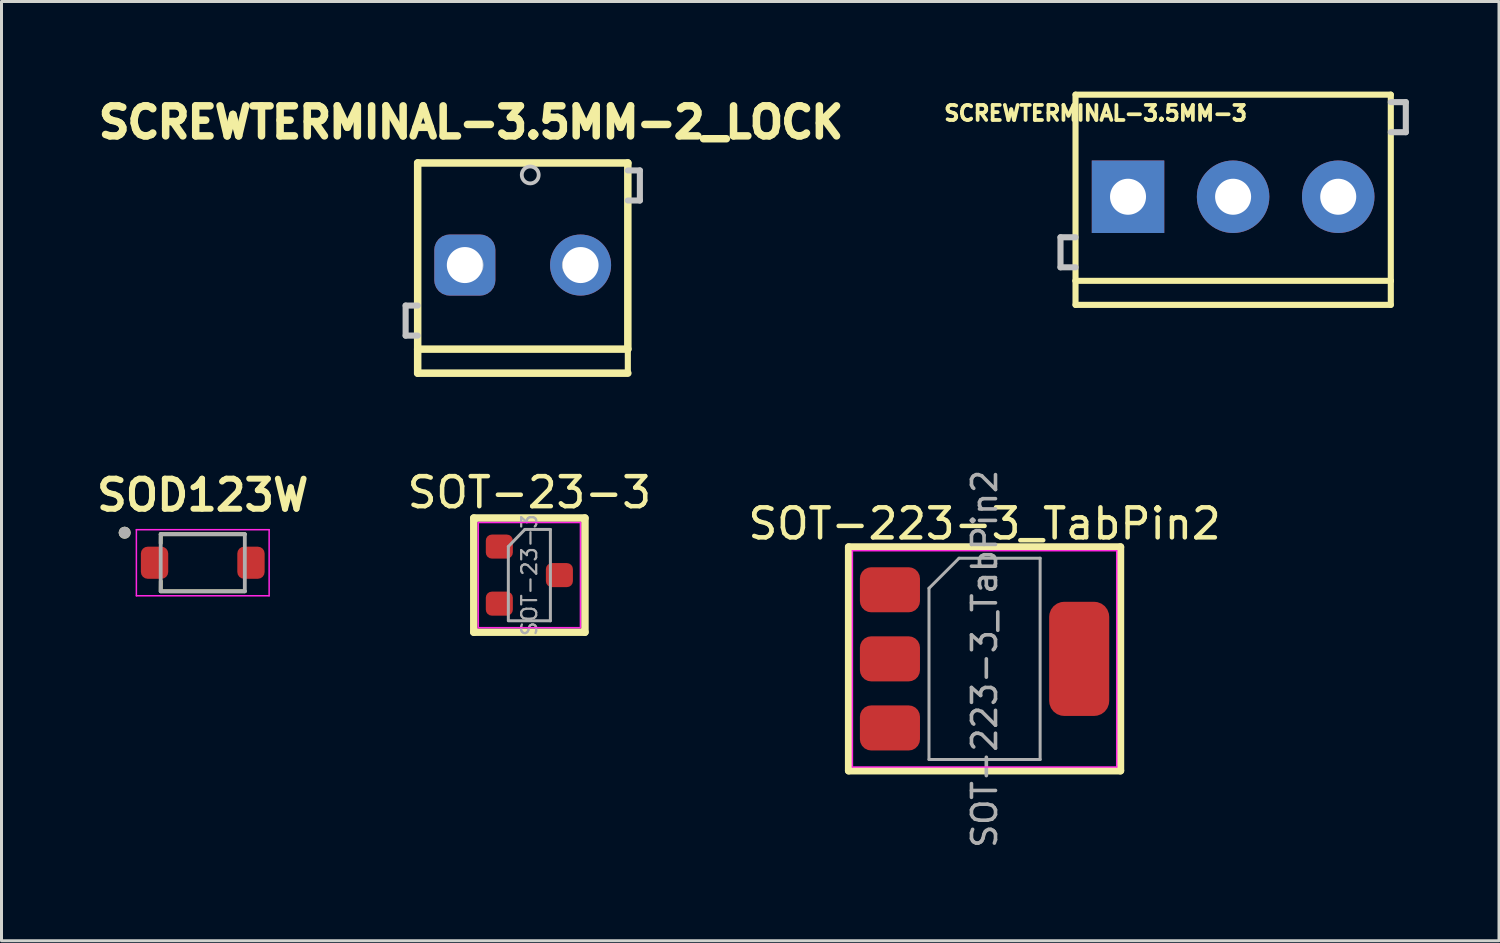
<source format=kicad_pcb>
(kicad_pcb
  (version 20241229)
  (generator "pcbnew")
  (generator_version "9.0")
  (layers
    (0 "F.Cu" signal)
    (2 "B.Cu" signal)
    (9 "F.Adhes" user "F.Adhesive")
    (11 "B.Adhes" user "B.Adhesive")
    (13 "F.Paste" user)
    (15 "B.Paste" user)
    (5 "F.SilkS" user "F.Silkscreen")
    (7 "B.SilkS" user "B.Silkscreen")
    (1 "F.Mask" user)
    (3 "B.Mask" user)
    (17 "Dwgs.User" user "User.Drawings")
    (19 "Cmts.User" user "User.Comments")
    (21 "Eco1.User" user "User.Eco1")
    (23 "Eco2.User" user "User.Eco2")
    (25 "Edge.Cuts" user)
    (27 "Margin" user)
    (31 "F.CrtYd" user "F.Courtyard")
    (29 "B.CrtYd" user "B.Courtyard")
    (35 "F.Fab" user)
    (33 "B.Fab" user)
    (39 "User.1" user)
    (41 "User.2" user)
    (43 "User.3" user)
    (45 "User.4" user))
  (footprint "SCREWTERMINAL-3.5MM-3"
    (layer "F.Cu")
    (at 34.503 3.5)
    (property "Reference" "SCREWTERMINAL-3.5MM-3" (at -1.078 -2.781 0) (layer "F.SilkS") (effects (font (size 0.5 0.5) (thickness 0.125))))
    (attr exclude_from_pos_files exclude_from_bom)
    (fp_line (start -1.748 -3.399) (end 8.748 -3.399) (stroke (width 0.203) (type solid)) (layer "F.SilkS"))
    (fp_line (start -1.748 2.799) (end -1.748 -3.399) (stroke (width 0.203) (type solid)) (layer "F.SilkS"))
    (fp_line (start -1.748 3.599) (end -1.748 2.799) (stroke (width 0.203) (type solid)) (layer "F.SilkS"))
    (fp_line (start 8.748 -3.399) (end 8.748 2.799) (stroke (width 0.203) (type solid)) (layer "F.SilkS"))
    (fp_line (start 8.748 2.799) (end -1.748 2.799) (stroke (width 0.203) (type solid)) (layer "F.SilkS"))
    (fp_line (start 8.748 2.799) (end 8.748 3.599) (stroke (width 0.203) (type solid)) (layer "F.SilkS"))
    (fp_line (start 8.748 3.599) (end -1.748 3.599) (stroke (width 0.203) (type solid)) (layer "F.SilkS"))
    (fp_line (start -2.248 1.349) (end -2.248 2.349) (stroke (width 0.203) (type solid)) (layer "Dwgs.User"))
    (fp_line (start -2.248 2.349) (end -1.748 2.349) (stroke (width 0.203) (type solid)) (layer "Dwgs.User"))
    (fp_line (start -1.748 1.349) (end -2.248 1.349) (stroke (width 0.203) (type solid)) (layer "Dwgs.User"))
    (fp_line (start 8.748 -3.15) (end 9.248 -3.15) (stroke (width 0.203) (type solid)) (layer "Dwgs.User"))
    (fp_line (start 9.248 -3.15) (end 9.248 -2.149) (stroke (width 0.203) (type solid)) (layer "Dwgs.User"))
    (fp_line (start 9.248 -2.149) (end 8.748 -2.149) (stroke (width 0.203) (type solid)) (layer "Dwgs.User"))
    (pad "1" thru_hole rect (at 0 0) (size 2.413 2.413) (drill 1.199) (layers "*.Cu" "*.Mask"))
    (pad "2" thru_hole circle (at 3.498 0) (size 2.413 2.413) (drill 1.199) (layers "*.Cu" "*.Mask"))
    (pad "3" thru_hole circle (at 6.998 0) (size 2.413 2.413) (drill 1.199) (layers "*.Cu" "*.Mask")))
  (footprint "SCREWTERMINAL-3.5MM-2_LOCK"
    (layer "F.Cu")
    (at 12.603 5.774)
    (property "Reference" "SCREWTERMINAL-3.5MM-2_LOCK" (at 0.029 -4.75 0) (layer "F.SilkS") (effects (font (size 1 1) (thickness 0.25))))
    (attr exclude_from_pos_files exclude_from_bom)
    (fp_line (start -1.748 -3.399) (end 5.248 -3.399) (stroke (width 0.25) (type solid)) (layer "F.SilkS"))
    (fp_line (start -1.748 2.799) (end -1.748 -3.399) (stroke (width 0.25) (type solid)) (layer "F.SilkS"))
    (fp_line (start -1.748 3.599) (end -1.748 2.799) (stroke (width 0.25) (type solid)) (layer "F.SilkS"))
    (fp_line (start 5.248 -3.399) (end 5.248 2.799) (stroke (width 0.25) (type solid)) (layer "F.SilkS"))
    (fp_line (start 5.248 2.799) (end -1.748 2.799) (stroke (width 0.25) (type solid)) (layer "F.SilkS"))
    (fp_line (start 5.248 2.799) (end 5.248 3.599) (stroke (width 0.203) (type solid)) (layer "F.SilkS"))
    (fp_line (start 5.248 3.599) (end -1.748 3.599) (stroke (width 0.25) (type solid)) (layer "F.SilkS"))
    (fp_line (start -2.149 1.349) (end -2.149 2.349) (stroke (width 0.203) (type solid)) (layer "Dwgs.User"))
    (fp_line (start -2.149 2.349) (end -1.748 2.349) (stroke (width 0.203) (type solid)) (layer "Dwgs.User"))
    (fp_line (start -1.748 1.349) (end -2.149 1.349) (stroke (width 0.203) (type solid)) (layer "Dwgs.User"))
    (fp_line (start 5.248 -3.15) (end 5.649 -3.15) (stroke (width 0.203) (type solid)) (layer "Dwgs.User"))
    (fp_line (start 5.649 -3.15) (end 5.649 -2.149) (stroke (width 0.203) (type solid)) (layer "Dwgs.User"))
    (fp_line (start 5.649 -2.149) (end 5.248 -2.149) (stroke (width 0.203) (type solid)) (layer "Dwgs.User"))
    (fp_circle (center 0 0) (end 0 -0.432) (stroke (width 0.025) (type solid)) (fill no) (layer "Dwgs.User"))
    (fp_circle (center 1.999 -3) (end 1.999 -3.282) (stroke (width 0.127) (type solid)) (fill no) (layer "Dwgs.User"))
    (fp_circle (center 3.498 0) (end 3.498 -0.432) (stroke (width 0.025) (type solid)) (fill no) (layer "Dwgs.User"))
    (pad "1" thru_hole roundrect (at -0.178 0) (size 2.032 2.032) (drill 1.199) (layers "*.Cu" "*.Mask") (roundrect_rratio 0.25))
    (pad "2" thru_hole circle (at 3.675 0) (size 2.032 2.032) (drill 1.199) (layers "*.Cu" "*.Mask")))
  (footprint "SOD123W"
    (layer "F.Cu")
    (at 3.7 15.684)
    (property "Reference" "SOD123W" (at 0 -2.25 0) (layer "F.SilkS") (effects (font (size 1 1) (thickness 0.2))))
    (attr through_hole)
    (fp_line (start -1.4 -0.648) (end -1.397 -0.953) (stroke (width 0.127) (type solid)) (layer "F.SilkS"))
    (fp_line (start -1.4 0.914) (end -1.397 0.61) (stroke (width 0.127) (type solid)) (layer "F.SilkS"))
    (fp_line (start -1.4 0.95) (end 1.4 0.95) (stroke (width 0.127) (type solid)) (layer "F.SilkS"))
    (fp_line (start 1.4 -0.95) (end -1.4 -0.95) (stroke (width 0.127) (type solid)) (layer "F.SilkS"))
    (fp_circle (center -2.6 -1) (end -2.5 -1) (stroke (width 0.2) (type solid)) (fill no) (layer "F.SilkS"))
    (fp_line (start -2.21 -1.1) (end 2.21 -1.1) (stroke (width 0.05) (type solid)) (layer "F.CrtYd"))
    (fp_line (start -2.21 1.1) (end -2.21 -1.1) (stroke (width 0.05) (type solid)) (layer "F.CrtYd"))
    (fp_line (start 2.21 -1.1) (end 2.21 1.1) (stroke (width 0.05) (type solid)) (layer "F.CrtYd"))
    (fp_line (start 2.21 1.1) (end -2.21 1.1) (stroke (width 0.05) (type solid)) (layer "F.CrtYd"))
    (fp_line (start -1.4 -0.95) (end -1.4 0.95) (stroke (width 0.127) (type solid)) (layer "F.Fab"))
    (fp_line (start -1.4 0.95) (end 1.4 0.95) (stroke (width 0.127) (type solid)) (layer "F.Fab"))
    (fp_line (start 1.4 -0.95) (end -1.4 -0.95) (stroke (width 0.127) (type solid)) (layer "F.Fab"))
    (fp_line (start 1.4 0.95) (end 1.4 -0.95) (stroke (width 0.127) (type solid)) (layer "F.Fab"))
    (fp_circle (center -2.6 -1) (end -2.5 -1) (stroke (width 0.2) (type solid)) (fill no) (layer "F.Fab"))
    (pad "1" smd roundrect (at 1.605 0) (size 0.91 1.07) (layers "F.Cu" "F.Mask" "F.Paste") (roundrect_rratio 0.25))
    (pad "2" smd roundrect (at -1.605 0) (size 0.91 1.07) (layers "F.Cu" "F.Mask" "F.Paste") (roundrect_rratio 0.25)))
  (footprint "SOT-23-3"
    (layer "F.Cu")
    (at 14.573 16.096)
    (property "Reference" "SOT-23-3" (at 0 -2.75 0) (layer "F.SilkS") (effects (font (size 1 1) (thickness 0.15))))
    (attr smd)
    (fp_line (start -1.85 -1.9) (end -1.85 1.9) (stroke (width 0.25) (type solid)) (layer "F.SilkS"))
    (fp_line (start -1.85 -1.9) (end 1.85 -1.9) (stroke (width 0.25) (type solid)) (layer "F.SilkS"))
    (fp_line (start -1.85 1.9) (end 1.85 1.9) (stroke (width 0.25) (type solid)) (layer "F.SilkS"))
    (fp_line (start 1.85 -1.9) (end 1.85 1.9) (stroke (width 0.25) (type solid)) (layer "F.SilkS"))
    (fp_line (start -1.7 -1.75) (end 1.7 -1.75) (stroke (width 0.05) (type solid)) (layer "F.CrtYd"))
    (fp_line (start -1.7 1.75) (end -1.7 -1.75) (stroke (width 0.05) (type solid)) (layer "F.CrtYd"))
    (fp_line (start 1.7 -1.75) (end 1.7 1.75) (stroke (width 0.05) (type solid)) (layer "F.CrtYd"))
    (fp_line (start 1.7 1.75) (end -1.7 1.75) (stroke (width 0.05) (type solid)) (layer "F.CrtYd"))
    (fp_line (start -0.7 -0.95) (end -0.7 1.5) (stroke (width 0.1) (type solid)) (layer "F.Fab"))
    (fp_line (start -0.7 -0.95) (end -0.15 -1.52) (stroke (width 0.1) (type solid)) (layer "F.Fab"))
    (fp_line (start -0.7 1.52) (end 0.7 1.52) (stroke (width 0.1) (type solid)) (layer "F.Fab"))
    (fp_line (start -0.15 -1.52) (end 0.7 -1.52) (stroke (width 0.1) (type solid)) (layer "F.Fab"))
    (fp_line (start 0.7 -1.52) (end 0.7 1.52) (stroke (width 0.1) (type solid)) (layer "F.Fab"))
    (fp_text user "${REFERENCE}" (at 0 0 90) (layer "F.Fab") (effects (font (size 0.5 0.5) (thickness 0.075))))
    (pad "1" smd roundrect (at -1 -0.95) (size 0.9 0.8) (layers "F.Cu" "F.Mask" "F.Paste") (roundrect_rratio 0.25))
    (pad "2" smd roundrect (at -1 0.95) (size 0.9 0.8) (layers "F.Cu" "F.Mask" "F.Paste") (roundrect_rratio 0.25))
    (pad "3" smd roundrect (at 1 0) (size 0.9 0.8) (layers "F.Cu" "F.Mask" "F.Paste") (roundrect_rratio 0.25)))
  (footprint "SOT-223-3_TabPin2"
    (layer "F.Cu")
    (at 29.727 18.884)
    (property "Reference" "SOT-223-3_TabPin2" (at 0 -4.5 0) (layer "F.SilkS") (effects (font (size 1 1) (thickness 0.15))))
    (attr smd)
    (fp_line (start -4.524 -3.724) (end 4.524 -3.724) (stroke (width 0.25) (type solid)) (layer "F.SilkS"))
    (fp_line (start -4.524 3.724) (end -4.524 -3.724) (stroke (width 0.25) (type solid)) (layer "F.SilkS"))
    (fp_line (start 4.524 -3.724) (end 4.524 3.724) (stroke (width 0.25) (type solid)) (layer "F.SilkS"))
    (fp_line (start 4.524 3.724) (end -4.524 3.724) (stroke (width 0.25) (type solid)) (layer "F.SilkS"))
    (fp_line (start -4.4 -3.6) (end -4.4 3.6) (stroke (width 0.05) (type solid)) (layer "F.CrtYd"))
    (fp_line (start -4.4 3.6) (end 4.4 3.6) (stroke (width 0.05) (type solid)) (layer "F.CrtYd"))
    (fp_line (start 4.4 -3.6) (end -4.4 -3.6) (stroke (width 0.05) (type solid)) (layer "F.CrtYd"))
    (fp_line (start 4.4 3.6) (end 4.4 -3.6) (stroke (width 0.05) (type solid)) (layer "F.CrtYd"))
    (fp_line (start -1.85 -2.35) (end -1.85 3.35) (stroke (width 0.1) (type solid)) (layer "F.Fab"))
    (fp_line (start -1.85 -2.35) (end -0.85 -3.35) (stroke (width 0.1) (type solid)) (layer "F.Fab"))
    (fp_line (start -1.85 3.35) (end 1.85 3.35) (stroke (width 0.1) (type solid)) (layer "F.Fab"))
    (fp_line (start -0.85 -3.35) (end 1.85 -3.35) (stroke (width 0.1) (type solid)) (layer "F.Fab"))
    (fp_line (start 1.85 -3.35) (end 1.85 3.35) (stroke (width 0.1) (type solid)) (layer "F.Fab"))
    (fp_text user "${REFERENCE}" (at 0 0 90) (layer "F.Fab") (effects (font (size 0.8 0.8) (thickness 0.12))))
    (pad "1" smd roundrect (at -3.15 -2.3) (size 2 1.5) (layers "F.Cu" "F.Mask" "F.Paste") (roundrect_rratio 0.25))
    (pad "2" smd roundrect (at -3.15 0) (size 2 1.5) (layers "F.Cu" "F.Mask" "F.Paste") (roundrect_rratio 0.25))
    (pad "2" smd roundrect (at 3.15 0) (size 2 3.8) (layers "F.Cu" "F.Mask" "F.Paste") (roundrect_rratio 0.25))
    (pad "3" smd roundrect (at -3.15 2.3) (size 2 1.5) (layers "F.Cu" "F.Mask" "F.Paste") (roundrect_rratio 0.25)))
  (gr_rect
    (start -3 -3)
    (end 46.853 28.269)
    (stroke (width 0.1) (type default))
    (fill no)
    (layer "Edge.Cuts")))
</source>
